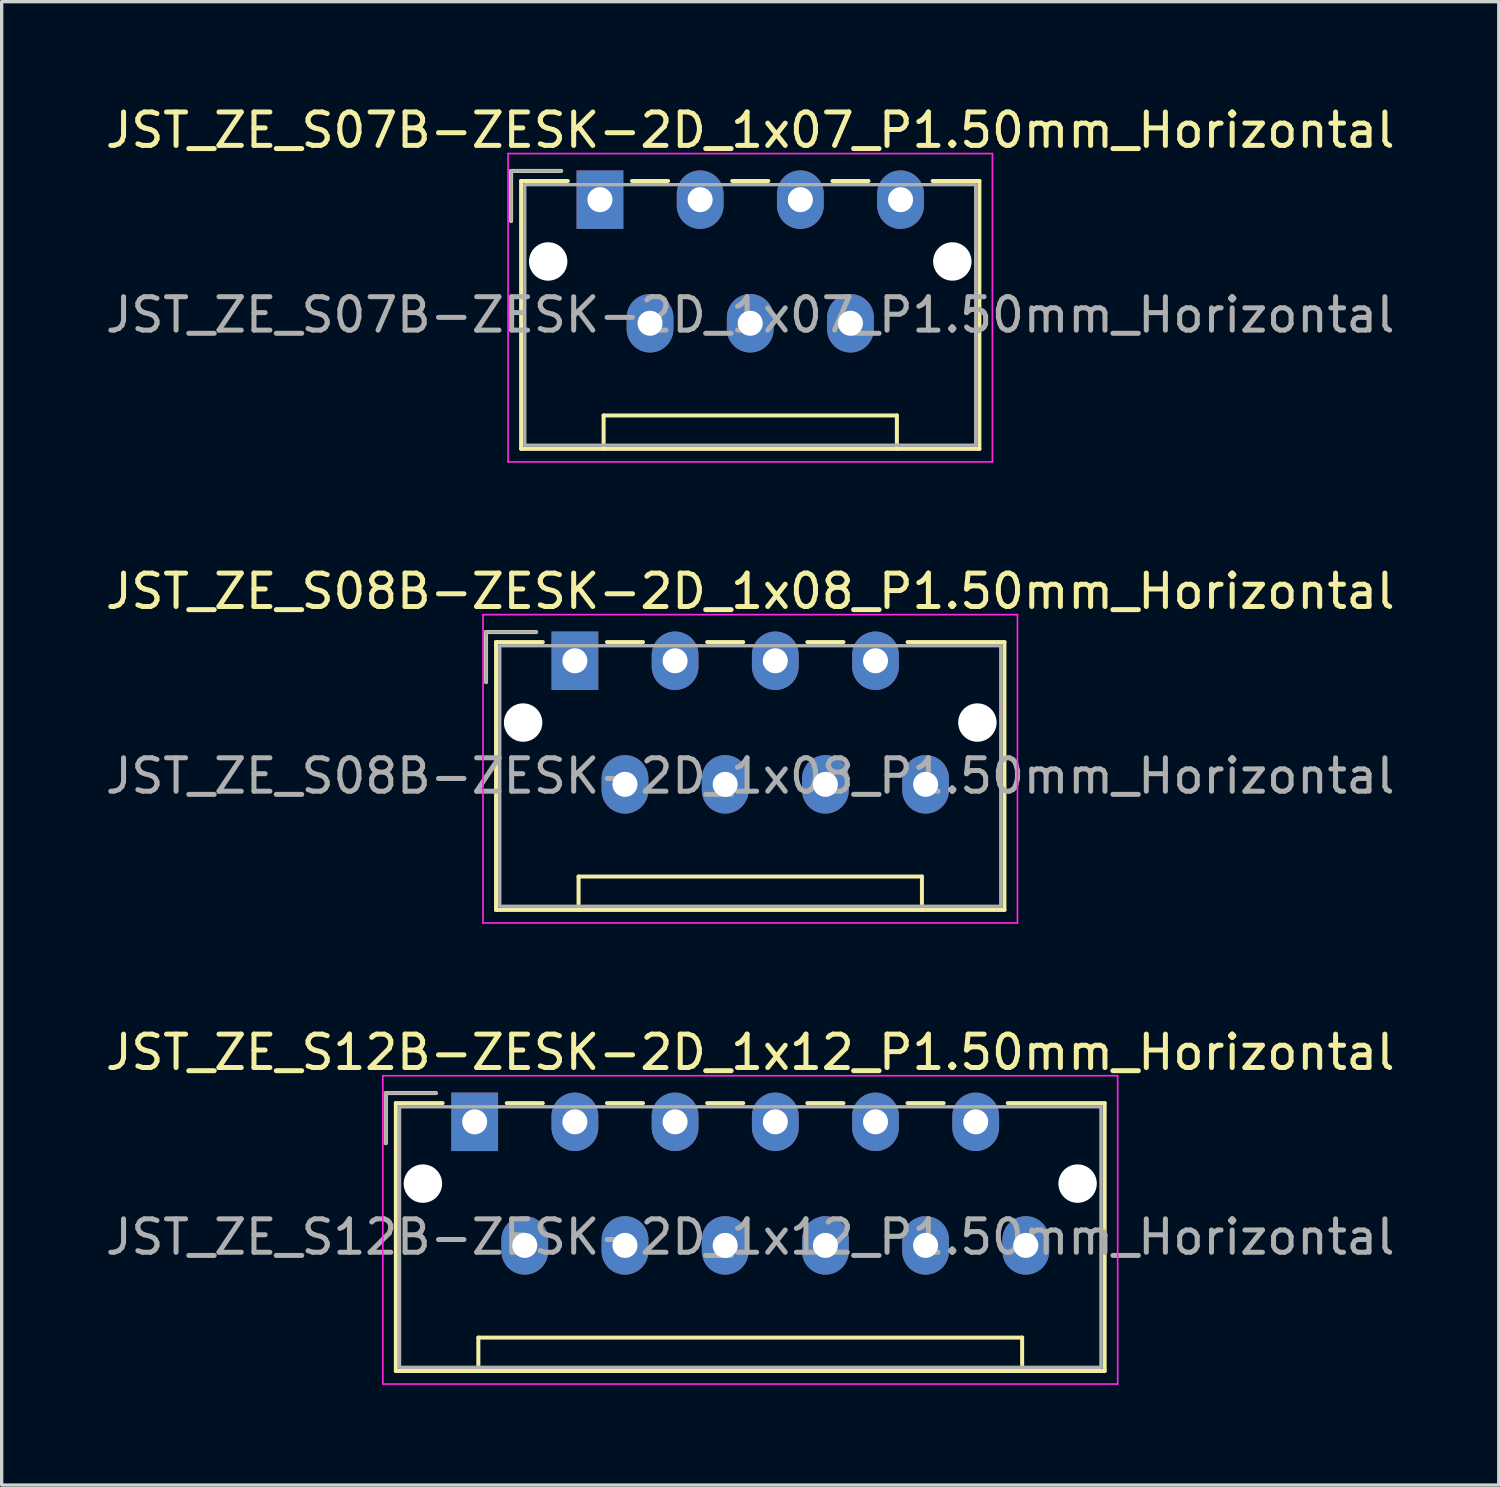
<source format=kicad_pcb>
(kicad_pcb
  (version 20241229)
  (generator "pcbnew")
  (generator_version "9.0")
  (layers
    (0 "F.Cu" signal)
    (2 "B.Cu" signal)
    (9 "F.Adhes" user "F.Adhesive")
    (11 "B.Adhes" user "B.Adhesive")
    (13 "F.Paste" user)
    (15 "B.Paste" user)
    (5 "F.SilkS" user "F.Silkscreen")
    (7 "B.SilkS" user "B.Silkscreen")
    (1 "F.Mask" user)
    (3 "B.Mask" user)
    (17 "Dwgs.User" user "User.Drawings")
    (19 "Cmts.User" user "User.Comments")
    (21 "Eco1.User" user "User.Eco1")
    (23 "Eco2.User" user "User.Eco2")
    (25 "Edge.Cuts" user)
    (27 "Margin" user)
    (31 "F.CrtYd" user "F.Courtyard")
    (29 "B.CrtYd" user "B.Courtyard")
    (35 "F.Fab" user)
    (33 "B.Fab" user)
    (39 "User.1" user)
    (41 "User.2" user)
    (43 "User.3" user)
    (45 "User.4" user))
  (footprint "JST_ZE_S08B-ZESK-2D_1x08_P1.50mm_Horizontal"
    (layer "F.Cu")
    (at 14.161 16.732)
    (property "Reference" "JST_ZE_S08B-ZESK-2D_1x08_P1.50mm_Horizontal" (at 5.25 -2.08 0) (layer "F.SilkS") (effects (font (size 1 1) (thickness 0.15))))
    (attr through_hole)
    (fp_line (start -2.66 -0.86) (end -1.16 -0.86) (stroke (width 0.12) (type solid)) (layer "F.SilkS"))
    (fp_line (start -2.66 0.64) (end -2.66 -0.86) (stroke (width 0.12) (type solid)) (layer "F.SilkS"))
    (fp_line (start -2.36 -0.56) (end -2.36 7.46) (stroke (width 0.12) (type solid)) (layer "F.SilkS"))
    (fp_line (start -2.36 7.46) (end 12.86 7.46) (stroke (width 0.12) (type solid)) (layer "F.SilkS"))
    (fp_line (start -0.96 -0.56) (end -2.36 -0.56) (stroke (width 0.12) (type solid)) (layer "F.SilkS"))
    (fp_line (start 0.11 6.46) (end 10.39 6.46) (stroke (width 0.12) (type solid)) (layer "F.SilkS"))
    (fp_line (start 0.11 7.46) (end 0.11 6.46) (stroke (width 0.12) (type solid)) (layer "F.SilkS"))
    (fp_line (start 0.96 -0.56) (end 2.04 -0.56) (stroke (width 0.12) (type solid)) (layer "F.SilkS"))
    (fp_line (start 3.96 -0.56) (end 5.04 -0.56) (stroke (width 0.12) (type solid)) (layer "F.SilkS"))
    (fp_line (start 6.96 -0.56) (end 8.04 -0.56) (stroke (width 0.12) (type solid)) (layer "F.SilkS"))
    (fp_line (start 10.39 6.46) (end 10.39 7.46) (stroke (width 0.12) (type solid)) (layer "F.SilkS"))
    (fp_line (start 12.86 -0.56) (end 9.96 -0.56) (stroke (width 0.12) (type solid)) (layer "F.SilkS"))
    (fp_line (start 12.86 7.46) (end 12.86 -0.56) (stroke (width 0.12) (type solid)) (layer "F.SilkS"))
    (fp_line (start -2.75 -1.38) (end -2.75 7.85) (stroke (width 0.05) (type solid)) (layer "F.CrtYd"))
    (fp_line (start -2.75 7.85) (end 13.25 7.85) (stroke (width 0.05) (type solid)) (layer "F.CrtYd"))
    (fp_line (start 13.25 -1.38) (end -2.75 -1.38) (stroke (width 0.05) (type solid)) (layer "F.CrtYd"))
    (fp_line (start 13.25 7.85) (end 13.25 -1.38) (stroke (width 0.05) (type solid)) (layer "F.CrtYd"))
    (fp_line (start -2.66 -0.86) (end -1.16 -0.86) (stroke (width 0.1) (type solid)) (layer "F.Fab"))
    (fp_line (start -2.66 0.64) (end -2.66 -0.86) (stroke (width 0.1) (type solid)) (layer "F.Fab"))
    (fp_line (start -2.25 -0.45) (end -2.25 7.35) (stroke (width 0.1) (type solid)) (layer "F.Fab"))
    (fp_line (start -2.25 7.35) (end 12.75 7.35) (stroke (width 0.1) (type solid)) (layer "F.Fab"))
    (fp_line (start 12.75 -0.45) (end -2.25 -0.45) (stroke (width 0.1) (type solid)) (layer "F.Fab"))
    (fp_line (start 12.75 7.35) (end 12.75 -0.45) (stroke (width 0.1) (type solid)) (layer "F.Fab"))
    (fp_text user "${REFERENCE}" (at 5.25 3.45 0) (layer "F.Fab") (effects (font (size 1 1) (thickness 0.15))))
    (pad "" np_thru_hole circle (at -1.55 1.85) (size 1.15 1.15) (drill 1.15) (layers "*.Cu" "*.Mask"))
    (pad "" np_thru_hole circle (at 12.05 1.85) (size 1.15 1.15) (drill 1.15) (layers "*.Cu" "*.Mask"))
    (pad "1" thru_hole rect (at 0 0) (size 1.4 1.75) (drill 0.75) (layers "*.Cu" "*.Mask"))
    (pad "2" thru_hole oval (at 1.5 3.7) (size 1.4 1.75) (drill 0.75) (layers "*.Cu" "*.Mask"))
    (pad "3" thru_hole oval (at 3 0) (size 1.4 1.75) (drill 0.75) (layers "*.Cu" "*.Mask"))
    (pad "4" thru_hole oval (at 4.5 3.7) (size 1.4 1.75) (drill 0.75) (layers "*.Cu" "*.Mask"))
    (pad "5" thru_hole oval (at 6 0) (size 1.4 1.75) (drill 0.75) (layers "*.Cu" "*.Mask"))
    (pad "6" thru_hole oval (at 7.5 3.7) (size 1.4 1.75) (drill 0.75) (layers "*.Cu" "*.Mask"))
    (pad "7" thru_hole oval (at 9 0) (size 1.4 1.75) (drill 0.75) (layers "*.Cu" "*.Mask"))
    (pad "8" thru_hole oval (at 10.5 3.7) (size 1.4 1.75) (drill 0.75) (layers "*.Cu" "*.Mask")))
  (footprint "JST_ZE_S12B-ZESK-2D_1x12_P1.50mm_Horizontal"
    (layer "F.Cu")
    (at 11.161 30.535)
    (property "Reference" "JST_ZE_S12B-ZESK-2D_1x12_P1.50mm_Horizontal" (at 8.25 -2.08 0) (layer "F.SilkS") (effects (font (size 1 1) (thickness 0.15))))
    (attr through_hole)
    (fp_line (start -2.66 -0.86) (end -1.16 -0.86) (stroke (width 0.12) (type solid)) (layer "F.SilkS"))
    (fp_line (start -2.66 0.64) (end -2.66 -0.86) (stroke (width 0.12) (type solid)) (layer "F.SilkS"))
    (fp_line (start -2.36 -0.56) (end -2.36 7.46) (stroke (width 0.12) (type solid)) (layer "F.SilkS"))
    (fp_line (start -2.36 7.46) (end 18.86 7.46) (stroke (width 0.12) (type solid)) (layer "F.SilkS"))
    (fp_line (start -0.96 -0.56) (end -2.36 -0.56) (stroke (width 0.12) (type solid)) (layer "F.SilkS"))
    (fp_line (start 0.11 6.46) (end 16.39 6.46) (stroke (width 0.12) (type solid)) (layer "F.SilkS"))
    (fp_line (start 0.11 7.46) (end 0.11 6.46) (stroke (width 0.12) (type solid)) (layer "F.SilkS"))
    (fp_line (start 0.96 -0.56) (end 2.04 -0.56) (stroke (width 0.12) (type solid)) (layer "F.SilkS"))
    (fp_line (start 3.96 -0.56) (end 5.04 -0.56) (stroke (width 0.12) (type solid)) (layer "F.SilkS"))
    (fp_line (start 6.96 -0.56) (end 8.04 -0.56) (stroke (width 0.12) (type solid)) (layer "F.SilkS"))
    (fp_line (start 9.96 -0.56) (end 11.04 -0.56) (stroke (width 0.12) (type solid)) (layer "F.SilkS"))
    (fp_line (start 12.96 -0.56) (end 14.04 -0.56) (stroke (width 0.12) (type solid)) (layer "F.SilkS"))
    (fp_line (start 16.39 6.46) (end 16.39 7.46) (stroke (width 0.12) (type solid)) (layer "F.SilkS"))
    (fp_line (start 18.86 -0.56) (end 15.96 -0.56) (stroke (width 0.12) (type solid)) (layer "F.SilkS"))
    (fp_line (start 18.86 7.46) (end 18.86 -0.56) (stroke (width 0.12) (type solid)) (layer "F.SilkS"))
    (fp_line (start -2.75 -1.38) (end -2.75 7.85) (stroke (width 0.05) (type solid)) (layer "F.CrtYd"))
    (fp_line (start -2.75 7.85) (end 19.25 7.85) (stroke (width 0.05) (type solid)) (layer "F.CrtYd"))
    (fp_line (start 19.25 -1.38) (end -2.75 -1.38) (stroke (width 0.05) (type solid)) (layer "F.CrtYd"))
    (fp_line (start 19.25 7.85) (end 19.25 -1.38) (stroke (width 0.05) (type solid)) (layer "F.CrtYd"))
    (fp_line (start -2.66 -0.86) (end -1.16 -0.86) (stroke (width 0.1) (type solid)) (layer "F.Fab"))
    (fp_line (start -2.66 0.64) (end -2.66 -0.86) (stroke (width 0.1) (type solid)) (layer "F.Fab"))
    (fp_line (start -2.25 -0.45) (end -2.25 7.35) (stroke (width 0.1) (type solid)) (layer "F.Fab"))
    (fp_line (start -2.25 7.35) (end 18.75 7.35) (stroke (width 0.1) (type solid)) (layer "F.Fab"))
    (fp_line (start 18.75 -0.45) (end -2.25 -0.45) (stroke (width 0.1) (type solid)) (layer "F.Fab"))
    (fp_line (start 18.75 7.35) (end 18.75 -0.45) (stroke (width 0.1) (type solid)) (layer "F.Fab"))
    (fp_text user "${REFERENCE}" (at 8.25 3.45 0) (layer "F.Fab") (effects (font (size 1 1) (thickness 0.15))))
    (pad "" np_thru_hole circle (at -1.55 1.85) (size 1.15 1.15) (drill 1.15) (layers "*.Cu" "*.Mask"))
    (pad "" np_thru_hole circle (at 18.05 1.85) (size 1.15 1.15) (drill 1.15) (layers "*.Cu" "*.Mask"))
    (pad "1" thru_hole rect (at 0 0) (size 1.4 1.75) (drill 0.75) (layers "*.Cu" "*.Mask"))
    (pad "2" thru_hole oval (at 1.5 3.7) (size 1.4 1.75) (drill 0.75) (layers "*.Cu" "*.Mask"))
    (pad "3" thru_hole oval (at 3 0) (size 1.4 1.75) (drill 0.75) (layers "*.Cu" "*.Mask"))
    (pad "4" thru_hole oval (at 4.5 3.7) (size 1.4 1.75) (drill 0.75) (layers "*.Cu" "*.Mask"))
    (pad "5" thru_hole oval (at 6 0) (size 1.4 1.75) (drill 0.75) (layers "*.Cu" "*.Mask"))
    (pad "6" thru_hole oval (at 7.5 3.7) (size 1.4 1.75) (drill 0.75) (layers "*.Cu" "*.Mask"))
    (pad "7" thru_hole oval (at 9 0) (size 1.4 1.75) (drill 0.75) (layers "*.Cu" "*.Mask"))
    (pad "8" thru_hole oval (at 10.5 3.7) (size 1.4 1.75) (drill 0.75) (layers "*.Cu" "*.Mask"))
    (pad "9" thru_hole oval (at 12 0) (size 1.4 1.75) (drill 0.75) (layers "*.Cu" "*.Mask"))
    (pad "10" thru_hole oval (at 13.5 3.7) (size 1.4 1.75) (drill 0.75) (layers "*.Cu" "*.Mask"))
    (pad "11" thru_hole oval (at 15 0) (size 1.4 1.75) (drill 0.75) (layers "*.Cu" "*.Mask"))
    (pad "12" thru_hole oval (at 16.5 3.7) (size 1.4 1.75) (drill 0.75) (layers "*.Cu" "*.Mask")))
  (footprint "JST_ZE_S07B-ZESK-2D_1x07_P1.50mm_Horizontal"
    (layer "F.Cu")
    (at 14.911 2.928)
    (property "Reference" "JST_ZE_S07B-ZESK-2D_1x07_P1.50mm_Horizontal" (at 4.5 -2.08 0) (layer "F.SilkS") (effects (font (size 1 1) (thickness 0.15))))
    (attr through_hole)
    (fp_line (start -2.66 -0.86) (end -1.16 -0.86) (stroke (width 0.12) (type solid)) (layer "F.SilkS"))
    (fp_line (start -2.66 0.64) (end -2.66 -0.86) (stroke (width 0.12) (type solid)) (layer "F.SilkS"))
    (fp_line (start -2.36 -0.56) (end -2.36 7.46) (stroke (width 0.12) (type solid)) (layer "F.SilkS"))
    (fp_line (start -2.36 7.46) (end 11.36 7.46) (stroke (width 0.12) (type solid)) (layer "F.SilkS"))
    (fp_line (start -0.96 -0.56) (end -2.36 -0.56) (stroke (width 0.12) (type solid)) (layer "F.SilkS"))
    (fp_line (start 0.11 6.46) (end 8.89 6.46) (stroke (width 0.12) (type solid)) (layer "F.SilkS"))
    (fp_line (start 0.11 7.46) (end 0.11 6.46) (stroke (width 0.12) (type solid)) (layer "F.SilkS"))
    (fp_line (start 0.96 -0.56) (end 2.04 -0.56) (stroke (width 0.12) (type solid)) (layer "F.SilkS"))
    (fp_line (start 3.96 -0.56) (end 5.04 -0.56) (stroke (width 0.12) (type solid)) (layer "F.SilkS"))
    (fp_line (start 6.96 -0.56) (end 8.04 -0.56) (stroke (width 0.12) (type solid)) (layer "F.SilkS"))
    (fp_line (start 8.89 6.46) (end 8.89 7.46) (stroke (width 0.12) (type solid)) (layer "F.SilkS"))
    (fp_line (start 11.36 -0.56) (end 9.96 -0.56) (stroke (width 0.12) (type solid)) (layer "F.SilkS"))
    (fp_line (start 11.36 7.46) (end 11.36 -0.56) (stroke (width 0.12) (type solid)) (layer "F.SilkS"))
    (fp_line (start -2.75 -1.38) (end -2.75 7.85) (stroke (width 0.05) (type solid)) (layer "F.CrtYd"))
    (fp_line (start -2.75 7.85) (end 11.75 7.85) (stroke (width 0.05) (type solid)) (layer "F.CrtYd"))
    (fp_line (start 11.75 -1.38) (end -2.75 -1.38) (stroke (width 0.05) (type solid)) (layer "F.CrtYd"))
    (fp_line (start 11.75 7.85) (end 11.75 -1.38) (stroke (width 0.05) (type solid)) (layer "F.CrtYd"))
    (fp_line (start -2.66 -0.86) (end -1.16 -0.86) (stroke (width 0.1) (type solid)) (layer "F.Fab"))
    (fp_line (start -2.66 0.64) (end -2.66 -0.86) (stroke (width 0.1) (type solid)) (layer "F.Fab"))
    (fp_line (start -2.25 -0.45) (end -2.25 7.35) (stroke (width 0.1) (type solid)) (layer "F.Fab"))
    (fp_line (start -2.25 7.35) (end 11.25 7.35) (stroke (width 0.1) (type solid)) (layer "F.Fab"))
    (fp_line (start 11.25 -0.45) (end -2.25 -0.45) (stroke (width 0.1) (type solid)) (layer "F.Fab"))
    (fp_line (start 11.25 7.35) (end 11.25 -0.45) (stroke (width 0.1) (type solid)) (layer "F.Fab"))
    (fp_text user "${REFERENCE}" (at 4.5 3.45 0) (layer "F.Fab") (effects (font (size 1 1) (thickness 0.15))))
    (pad "" np_thru_hole circle (at -1.55 1.85) (size 1.15 1.15) (drill 1.15) (layers "*.Cu" "*.Mask"))
    (pad "" np_thru_hole circle (at 10.55 1.85) (size 1.15 1.15) (drill 1.15) (layers "*.Cu" "*.Mask"))
    (pad "1" thru_hole rect (at 0 0) (size 1.4 1.75) (drill 0.75) (layers "*.Cu" "*.Mask"))
    (pad "2" thru_hole oval (at 1.5 3.7) (size 1.4 1.75) (drill 0.75) (layers "*.Cu" "*.Mask"))
    (pad "3" thru_hole oval (at 3 0) (size 1.4 1.75) (drill 0.75) (layers "*.Cu" "*.Mask"))
    (pad "4" thru_hole oval (at 4.5 3.7) (size 1.4 1.75) (drill 0.75) (layers "*.Cu" "*.Mask"))
    (pad "5" thru_hole oval (at 6 0) (size 1.4 1.75) (drill 0.75) (layers "*.Cu" "*.Mask"))
    (pad "6" thru_hole oval (at 7.5 3.7) (size 1.4 1.75) (drill 0.75) (layers "*.Cu" "*.Mask"))
    (pad "7" thru_hole oval (at 9 0) (size 1.4 1.75) (drill 0.75) (layers "*.Cu" "*.Mask")))
  (gr_rect
    (start -3 -3)
    (end 41.821 41.41)
    (stroke (width 0.1) (type default))
    (fill no)
    (layer "Edge.Cuts")))
</source>
